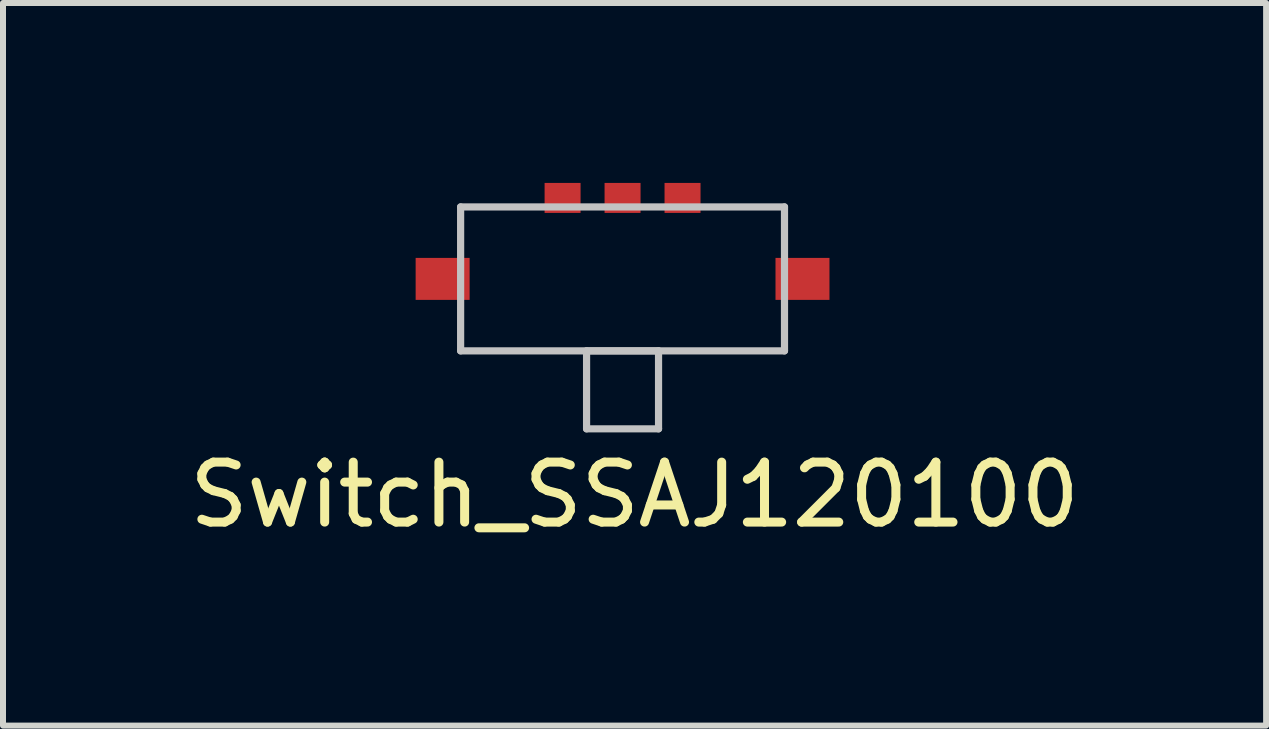
<source format=kicad_pcb>
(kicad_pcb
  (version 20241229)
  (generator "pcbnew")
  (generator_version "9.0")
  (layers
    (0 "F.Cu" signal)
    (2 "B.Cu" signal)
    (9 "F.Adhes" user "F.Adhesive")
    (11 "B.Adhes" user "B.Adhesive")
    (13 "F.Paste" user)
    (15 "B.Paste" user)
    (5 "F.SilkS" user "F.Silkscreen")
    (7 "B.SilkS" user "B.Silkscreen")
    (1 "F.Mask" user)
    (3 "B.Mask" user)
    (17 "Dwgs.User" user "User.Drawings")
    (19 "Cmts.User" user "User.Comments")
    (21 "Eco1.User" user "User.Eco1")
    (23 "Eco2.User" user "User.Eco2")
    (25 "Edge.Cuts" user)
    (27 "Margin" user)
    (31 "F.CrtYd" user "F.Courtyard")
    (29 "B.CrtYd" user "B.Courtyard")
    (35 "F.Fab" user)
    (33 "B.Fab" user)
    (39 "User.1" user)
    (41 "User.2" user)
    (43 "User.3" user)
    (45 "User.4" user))
  (footprint "Switch_SSAJ120100"
    (layer "F.Cu")
    (at 7.33 1.6)
    (property "Reference" "Switch_SSAJ120100" (at 0.2 3.6 0) (layer "F.SilkS") (effects (font (size 1 1) (thickness 0.15))))
    (attr through_hole)
    (fp_line (start -2.7 -1.2) (end -2.7 1.2) (stroke (width 0.12) (type solid)) (layer "Dwgs.User"))
    (fp_line (start -2.7 1.2) (end 2.7 1.2) (stroke (width 0.12) (type solid)) (layer "Dwgs.User"))
    (fp_line (start -0.6 1.2) (end -0.6 2.5) (stroke (width 0.12) (type solid)) (layer "Dwgs.User"))
    (fp_line (start -0.6 2.5) (end 0.6 2.5) (stroke (width 0.12) (type solid)) (layer "Dwgs.User"))
    (fp_line (start 0.6 1.2) (end -0.6 1.2) (stroke (width 0.12) (type solid)) (layer "Dwgs.User"))
    (fp_line (start 0.6 2.5) (end 0.6 1.2) (stroke (width 0.12) (type solid)) (layer "Dwgs.User"))
    (fp_line (start 2.7 -1.2) (end -2.7 -1.2) (stroke (width 0.12) (type solid)) (layer "Dwgs.User"))
    (fp_line (start 2.7 1.2) (end 2.7 -1.2) (stroke (width 0.12) (type solid)) (layer "Dwgs.User"))
    (pad "" smd rect (at -3 0) (size 0.9 0.7) (layers "F.Cu" "F.Mask" "F.Paste"))
    (pad "" smd rect (at 3 0) (size 0.9 0.7) (layers "F.Cu" "F.Mask" "F.Paste"))
    (pad "1" smd rect (at -1 -1.35) (size 0.6 0.5) (layers "F.Cu" "F.Mask" "F.Paste"))
    (pad "2" smd rect (at 0 -1.35) (size 0.6 0.5) (layers "F.Cu" "F.Mask" "F.Paste"))
    (pad "3" smd rect (at 1 -1.35) (size 0.6 0.5) (layers "F.Cu" "F.Mask" "F.Paste")))
  (gr_rect
    (start -3 -3)
    (end 18.06 9.048)
    (stroke (width 0.1) (type default))
    (fill no)
    (layer "Edge.Cuts")))
</source>
